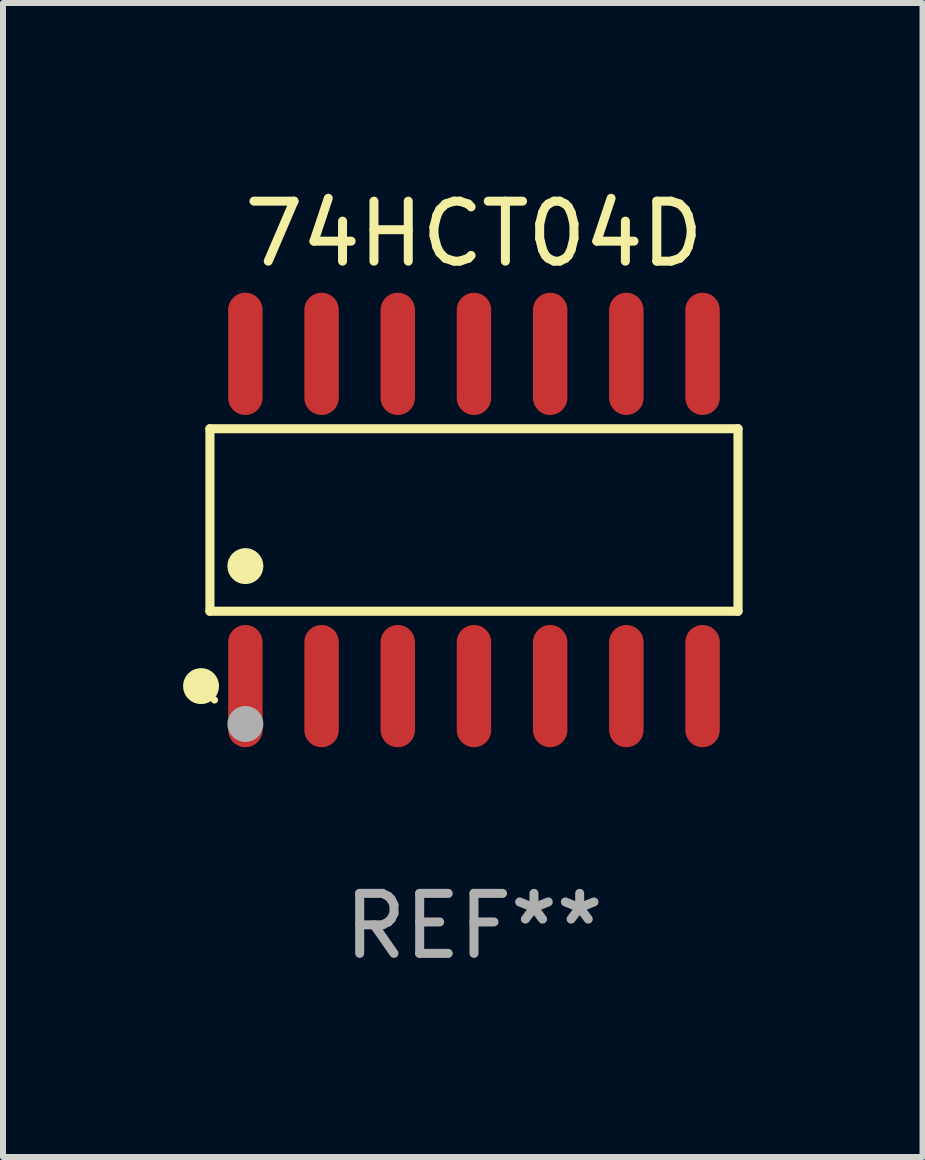
<source format=kicad_pcb>
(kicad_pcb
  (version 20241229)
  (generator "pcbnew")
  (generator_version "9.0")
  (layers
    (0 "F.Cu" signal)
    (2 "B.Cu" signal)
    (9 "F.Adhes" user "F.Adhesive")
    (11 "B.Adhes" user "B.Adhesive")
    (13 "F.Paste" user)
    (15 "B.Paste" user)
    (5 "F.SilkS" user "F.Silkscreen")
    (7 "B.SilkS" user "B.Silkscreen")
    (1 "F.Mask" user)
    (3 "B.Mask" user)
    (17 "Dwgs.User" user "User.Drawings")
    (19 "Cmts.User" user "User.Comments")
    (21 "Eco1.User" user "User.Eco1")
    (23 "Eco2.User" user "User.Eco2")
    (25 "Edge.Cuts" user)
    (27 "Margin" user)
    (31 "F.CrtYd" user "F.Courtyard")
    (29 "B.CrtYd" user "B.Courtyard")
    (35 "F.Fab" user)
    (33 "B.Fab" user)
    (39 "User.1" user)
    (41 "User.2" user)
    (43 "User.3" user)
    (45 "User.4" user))
  (footprint "74HCT04D"
    (layer "F.Cu")
    (at 4.85 5.617)
    (property "Reference" "74HCT04D" (at 0 -4.769 0) (layer "F.SilkS") (effects (font (size 1 1) (thickness 0.15))))
    (attr through_hole)
    (fp_line (start -4.401 -1.521) (end 4.401 -1.521) (stroke (width 0.152) (type solid)) (layer "F.SilkS"))
    (fp_line (start -4.401 1.521) (end -4.401 -1.521) (stroke (width 0.152) (type solid)) (layer "F.SilkS"))
    (fp_line (start 4.401 -1.521) (end 4.401 1.521) (stroke (width 0.152) (type solid)) (layer "F.SilkS"))
    (fp_line (start 4.401 1.521) (end -4.401 1.521) (stroke (width 0.152) (type solid)) (layer "F.SilkS"))
    (fp_circle (center -4.549 2.769) (end -4.399 2.769) (stroke (width 0.3) (type solid)) (fill no) (layer "F.SilkS"))
    (fp_circle (center -4.325 3) (end -4.295 3) (stroke (width 0.06) (type solid)) (fill no) (layer "F.SilkS"))
    (fp_circle (center -3.81 0.769) (end -3.66 0.769) (stroke (width 0.3) (type solid)) (fill no) (layer "F.SilkS"))
    (fp_circle (center -3.81 3.4) (end -3.66 3.4) (stroke (width 0.3) (type solid)) (fill no) (layer "F.Fab"))
    (fp_text user "REF**" (at 0 6.769 0) (layer "F.Fab") (effects (font (size 1 1) (thickness 0.15))))
    (pad "1" smd oval (at -3.81 2.769) (size 0.574 2.038) (layers "F.Cu" "F.Mask" "F.Paste"))
    (pad "2" smd oval (at -2.54 2.769) (size 0.574 2.038) (layers "F.Cu" "F.Mask" "F.Paste"))
    (pad "3" smd oval (at -1.27 2.769) (size 0.574 2.038) (layers "F.Cu" "F.Mask" "F.Paste"))
    (pad "4" smd oval (at 0 2.769) (size 0.574 2.038) (layers "F.Cu" "F.Mask" "F.Paste"))
    (pad "5" smd oval (at 1.27 2.769) (size 0.574 2.038) (layers "F.Cu" "F.Mask" "F.Paste"))
    (pad "6" smd oval (at 2.54 2.769) (size 0.574 2.038) (layers "F.Cu" "F.Mask" "F.Paste"))
    (pad "7" smd oval (at 3.81 2.769) (size 0.574 2.038) (layers "F.Cu" "F.Mask" "F.Paste"))
    (pad "8" smd oval (at 3.81 -2.769) (size 0.574 2.038) (layers "F.Cu" "F.Mask" "F.Paste"))
    (pad "9" smd oval (at 2.54 -2.769) (size 0.574 2.038) (layers "F.Cu" "F.Mask" "F.Paste"))
    (pad "10" smd oval (at 1.27 -2.769) (size 0.574 2.038) (layers "F.Cu" "F.Mask" "F.Paste"))
    (pad "11" smd oval (at 0 -2.769) (size 0.574 2.038) (layers "F.Cu" "F.Mask" "F.Paste"))
    (pad "12" smd oval (at -1.27 -2.769) (size 0.574 2.038) (layers "F.Cu" "F.Mask" "F.Paste"))
    (pad "13" smd oval (at -2.54 -2.769) (size 0.574 2.038) (layers "F.Cu" "F.Mask" "F.Paste"))
    (pad "14" smd oval (at -3.81 -2.769) (size 0.574 2.038) (layers "F.Cu" "F.Mask" "F.Paste")))
  (gr_rect
    (start -3 -3)
    (end 12.327 16.235)
    (stroke (width 0.1) (type default))
    (fill no)
    (layer "Edge.Cuts")))
</source>
